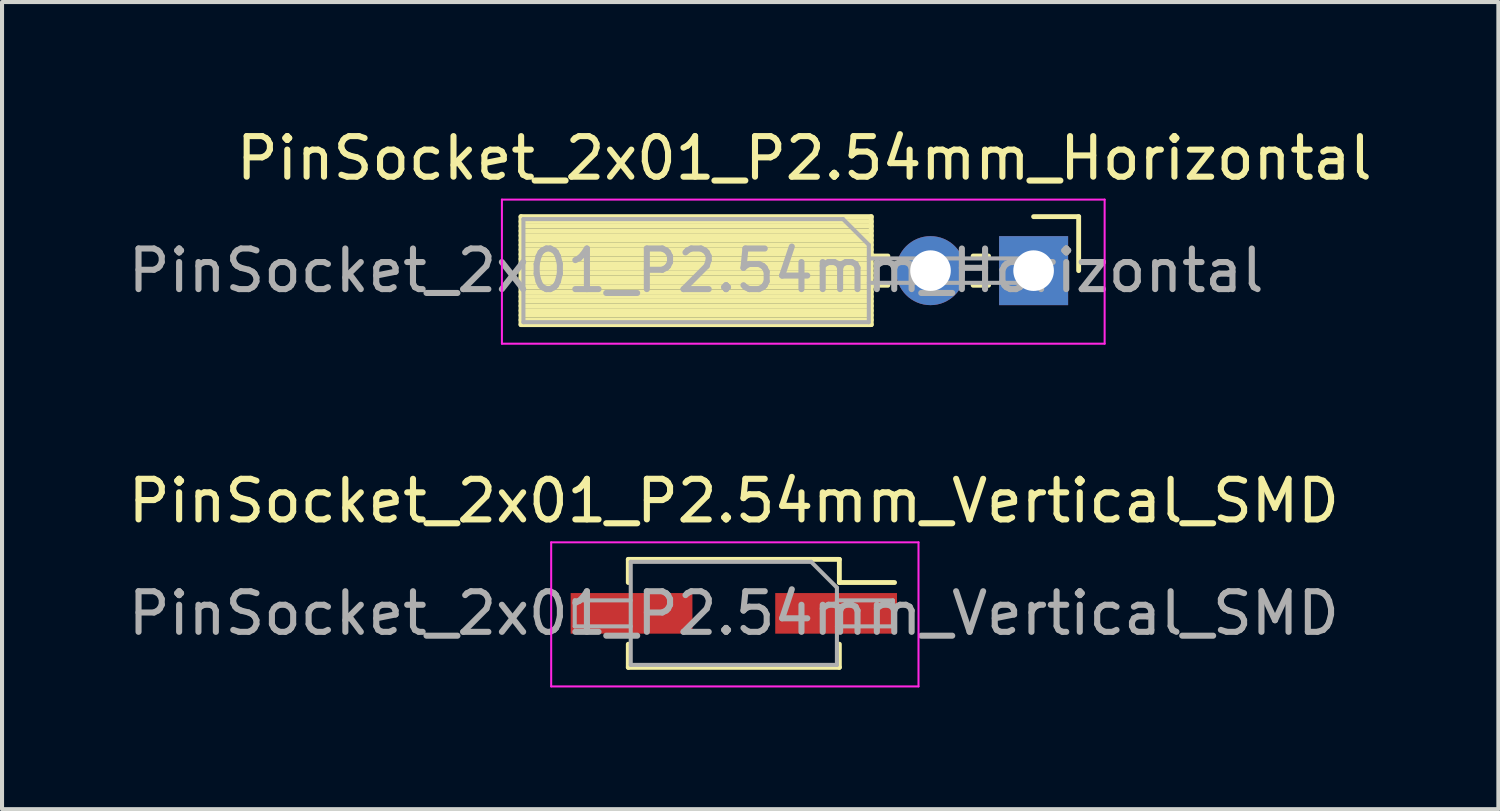
<source format=kicad_pcb>
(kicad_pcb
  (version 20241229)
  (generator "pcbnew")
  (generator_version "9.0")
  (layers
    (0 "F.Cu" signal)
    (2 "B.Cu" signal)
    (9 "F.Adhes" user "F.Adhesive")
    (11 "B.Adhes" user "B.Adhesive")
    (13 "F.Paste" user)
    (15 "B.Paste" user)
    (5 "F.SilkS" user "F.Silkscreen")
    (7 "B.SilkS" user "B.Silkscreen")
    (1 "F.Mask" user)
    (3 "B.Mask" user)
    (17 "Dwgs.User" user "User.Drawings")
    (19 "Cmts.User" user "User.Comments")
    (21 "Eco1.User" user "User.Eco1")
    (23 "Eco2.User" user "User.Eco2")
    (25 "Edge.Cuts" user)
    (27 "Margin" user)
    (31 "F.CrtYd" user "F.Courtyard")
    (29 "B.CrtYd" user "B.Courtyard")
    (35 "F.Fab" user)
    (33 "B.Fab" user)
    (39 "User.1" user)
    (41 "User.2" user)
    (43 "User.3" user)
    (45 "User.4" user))
  (footprint "PinSocket_2x01_P2.54mm_Horizontal"
    (layer "F.Cu")
    (at 22.416 3.618)
    (property "Reference" "PinSocket_2x01_P2.54mm_Horizontal" (at -5.65 -2.77 0) (layer "F.SilkS") (effects (font (size 1 1) (thickness 0.15))))
    (attr through_hole)
    (fp_line (start -12.63 -1.33) (end -12.63 1.33) (stroke (width 0.12) (type solid)) (layer "F.SilkS"))
    (fp_line (start -12.63 -1.33) (end -4 -1.33) (stroke (width 0.12) (type solid)) (layer "F.SilkS"))
    (fp_line (start -12.63 -1.21) (end -4 -1.21) (stroke (width 0.12) (type solid)) (layer "F.SilkS"))
    (fp_line (start -12.63 -1.095) (end -4 -1.095) (stroke (width 0.12) (type solid)) (layer "F.SilkS"))
    (fp_line (start -12.63 -0.979) (end -4 -0.979) (stroke (width 0.12) (type solid)) (layer "F.SilkS"))
    (fp_line (start -12.63 -0.864) (end -4 -0.864) (stroke (width 0.12) (type solid)) (layer "F.SilkS"))
    (fp_line (start -12.63 -0.748) (end -4 -0.748) (stroke (width 0.12) (type solid)) (layer "F.SilkS"))
    (fp_line (start -12.63 -0.633) (end -4 -0.633) (stroke (width 0.12) (type solid)) (layer "F.SilkS"))
    (fp_line (start -12.63 -0.517) (end -4 -0.517) (stroke (width 0.12) (type solid)) (layer "F.SilkS"))
    (fp_line (start -12.63 -0.402) (end -4 -0.402) (stroke (width 0.12) (type solid)) (layer "F.SilkS"))
    (fp_line (start -12.63 -0.286) (end -4 -0.286) (stroke (width 0.12) (type solid)) (layer "F.SilkS"))
    (fp_line (start -12.63 -0.171) (end -4 -0.171) (stroke (width 0.12) (type solid)) (layer "F.SilkS"))
    (fp_line (start -12.63 -0.055) (end -4 -0.055) (stroke (width 0.12) (type solid)) (layer "F.SilkS"))
    (fp_line (start -12.63 0.06) (end -4 0.06) (stroke (width 0.12) (type solid)) (layer "F.SilkS"))
    (fp_line (start -12.63 0.175) (end -4 0.175) (stroke (width 0.12) (type solid)) (layer "F.SilkS"))
    (fp_line (start -12.63 0.291) (end -4 0.291) (stroke (width 0.12) (type solid)) (layer "F.SilkS"))
    (fp_line (start -12.63 0.406) (end -4 0.406) (stroke (width 0.12) (type solid)) (layer "F.SilkS"))
    (fp_line (start -12.63 0.522) (end -4 0.522) (stroke (width 0.12) (type solid)) (layer "F.SilkS"))
    (fp_line (start -12.63 0.637) (end -4 0.637) (stroke (width 0.12) (type solid)) (layer "F.SilkS"))
    (fp_line (start -12.63 0.753) (end -4 0.753) (stroke (width 0.12) (type solid)) (layer "F.SilkS"))
    (fp_line (start -12.63 0.868) (end -4 0.868) (stroke (width 0.12) (type solid)) (layer "F.SilkS"))
    (fp_line (start -12.63 0.984) (end -4 0.984) (stroke (width 0.12) (type solid)) (layer "F.SilkS"))
    (fp_line (start -12.63 1.099) (end -4 1.099) (stroke (width 0.12) (type solid)) (layer "F.SilkS"))
    (fp_line (start -12.63 1.215) (end -4 1.215) (stroke (width 0.12) (type solid)) (layer "F.SilkS"))
    (fp_line (start -12.63 1.33) (end -4 1.33) (stroke (width 0.12) (type solid)) (layer "F.SilkS"))
    (fp_line (start -4 -1.33) (end -4 1.33) (stroke (width 0.12) (type solid)) (layer "F.SilkS"))
    (fp_line (start -4 -0.36) (end -3.59 -0.36) (stroke (width 0.12) (type solid)) (layer "F.SilkS"))
    (fp_line (start -4 0.36) (end -3.59 0.36) (stroke (width 0.12) (type solid)) (layer "F.SilkS"))
    (fp_line (start -1.49 -0.36) (end -1.11 -0.36) (stroke (width 0.12) (type solid)) (layer "F.SilkS"))
    (fp_line (start -1.49 0.36) (end -1.11 0.36) (stroke (width 0.12) (type solid)) (layer "F.SilkS"))
    (fp_line (start 0 -1.33) (end 1.11 -1.33) (stroke (width 0.12) (type solid)) (layer "F.SilkS"))
    (fp_line (start 1.11 -1.33) (end 1.11 0) (stroke (width 0.12) (type solid)) (layer "F.SilkS"))
    (fp_line (start -13.1 -1.75) (end -13.1 1.8) (stroke (width 0.05) (type solid)) (layer "F.CrtYd"))
    (fp_line (start -13.1 1.8) (end 1.75 1.8) (stroke (width 0.05) (type solid)) (layer "F.CrtYd"))
    (fp_line (start 1.75 -1.75) (end -13.1 -1.75) (stroke (width 0.05) (type solid)) (layer "F.CrtYd"))
    (fp_line (start 1.75 1.8) (end 1.75 -1.75) (stroke (width 0.05) (type solid)) (layer "F.CrtYd"))
    (fp_line (start -12.57 -1.27) (end -4.695 -1.27) (stroke (width 0.1) (type solid)) (layer "F.Fab"))
    (fp_line (start -12.57 1.27) (end -12.57 -1.27) (stroke (width 0.1) (type solid)) (layer "F.Fab"))
    (fp_line (start -4.695 -1.27) (end -4.06 -0.635) (stroke (width 0.1) (type solid)) (layer "F.Fab"))
    (fp_line (start -4.06 -0.635) (end -4.06 1.27) (stroke (width 0.1) (type solid)) (layer "F.Fab"))
    (fp_line (start -4.06 0.3) (end 0 0.3) (stroke (width 0.1) (type solid)) (layer "F.Fab"))
    (fp_line (start -4.06 1.27) (end -12.57 1.27) (stroke (width 0.1) (type solid)) (layer "F.Fab"))
    (fp_line (start 0 -0.3) (end -4.06 -0.3) (stroke (width 0.1) (type solid)) (layer "F.Fab"))
    (fp_line (start 0 0.3) (end 0 -0.3) (stroke (width 0.1) (type solid)) (layer "F.Fab"))
    (fp_text user "${REFERENCE}" (at -8.315 0 0) (layer "F.Fab") (effects (font (size 1 1) (thickness 0.15))))
    (pad "1" thru_hole rect (at 0 0) (size 1.7 1.7) (drill 1) (layers "*.Cu" "*.Mask"))
    (pad "2" thru_hole circle (at -2.54 0) (size 1.7 1.7) (drill 1) (layers "*.Cu" "*.Mask")))
  (footprint "PinSocket_2x01_P2.54mm_Vertical_SMD"
    (layer "F.Cu")
    (at 15.03 12.062)
    (property "Reference" "PinSocket_2x01_P2.54mm_Vertical_SMD" (at 0 -2.77 0) (layer "F.SilkS") (effects (font (size 1 1) (thickness 0.15))))
    (attr smd)
    (fp_line (start -2.6 -1.33) (end -2.6 -0.76) (stroke (width 0.12) (type solid)) (layer "F.SilkS"))
    (fp_line (start -2.6 -1.33) (end 2.6 -1.33) (stroke (width 0.12) (type solid)) (layer "F.SilkS"))
    (fp_line (start -2.6 0.76) (end -2.6 1.33) (stroke (width 0.12) (type solid)) (layer "F.SilkS"))
    (fp_line (start -2.6 1.33) (end 2.6 1.33) (stroke (width 0.12) (type solid)) (layer "F.SilkS"))
    (fp_line (start 2.6 -1.33) (end 2.6 -0.76) (stroke (width 0.12) (type solid)) (layer "F.SilkS"))
    (fp_line (start 2.6 -0.76) (end 3.96 -0.76) (stroke (width 0.12) (type solid)) (layer "F.SilkS"))
    (fp_line (start 2.6 0.76) (end 2.6 1.33) (stroke (width 0.12) (type solid)) (layer "F.SilkS"))
    (fp_line (start -4.5 -1.75) (end 4.55 -1.75) (stroke (width 0.05) (type solid)) (layer "F.CrtYd"))
    (fp_line (start -4.5 1.8) (end -4.5 -1.75) (stroke (width 0.05) (type solid)) (layer "F.CrtYd"))
    (fp_line (start 4.55 -1.75) (end 4.55 1.8) (stroke (width 0.05) (type solid)) (layer "F.CrtYd"))
    (fp_line (start 4.55 1.8) (end -4.5 1.8) (stroke (width 0.05) (type solid)) (layer "F.CrtYd"))
    (fp_line (start -3.92 -0.32) (end -2.54 -0.32) (stroke (width 0.1) (type solid)) (layer "F.Fab"))
    (fp_line (start -3.92 0.32) (end -3.92 -0.32) (stroke (width 0.1) (type solid)) (layer "F.Fab"))
    (fp_line (start -2.54 -1.27) (end 1.905 -1.27) (stroke (width 0.1) (type solid)) (layer "F.Fab"))
    (fp_line (start -2.54 0.32) (end -3.92 0.32) (stroke (width 0.1) (type solid)) (layer "F.Fab"))
    (fp_line (start -2.54 1.27) (end -2.54 -1.27) (stroke (width 0.1) (type solid)) (layer "F.Fab"))
    (fp_line (start 1.905 -1.27) (end 2.54 -0.635) (stroke (width 0.1) (type solid)) (layer "F.Fab"))
    (fp_line (start 2.54 -0.635) (end 2.54 1.27) (stroke (width 0.1) (type solid)) (layer "F.Fab"))
    (fp_line (start 2.54 -0.32) (end 3.92 -0.32) (stroke (width 0.1) (type solid)) (layer "F.Fab"))
    (fp_line (start 2.54 1.27) (end -2.54 1.27) (stroke (width 0.1) (type solid)) (layer "F.Fab"))
    (fp_line (start 3.92 -0.32) (end 3.92 0.32) (stroke (width 0.1) (type solid)) (layer "F.Fab"))
    (fp_line (start 3.92 0.32) (end 2.54 0.32) (stroke (width 0.1) (type solid)) (layer "F.Fab"))
    (fp_text user "${REFERENCE}" (at 0 0 0) (layer "F.Fab") (effects (font (size 1 1) (thickness 0.15))))
    (pad "1" smd rect (at 2.52 0) (size 3 1) (layers "F.Cu" "F.Mask" "F.Paste"))
    (pad "2" smd rect (at -2.52 0) (size 3 1) (layers "F.Cu" "F.Mask" "F.Paste")))
  (gr_rect
    (start -3 -3)
    (end 33.867 16.887)
    (stroke (width 0.1) (type default))
    (fill no)
    (layer "Edge.Cuts")))
</source>
